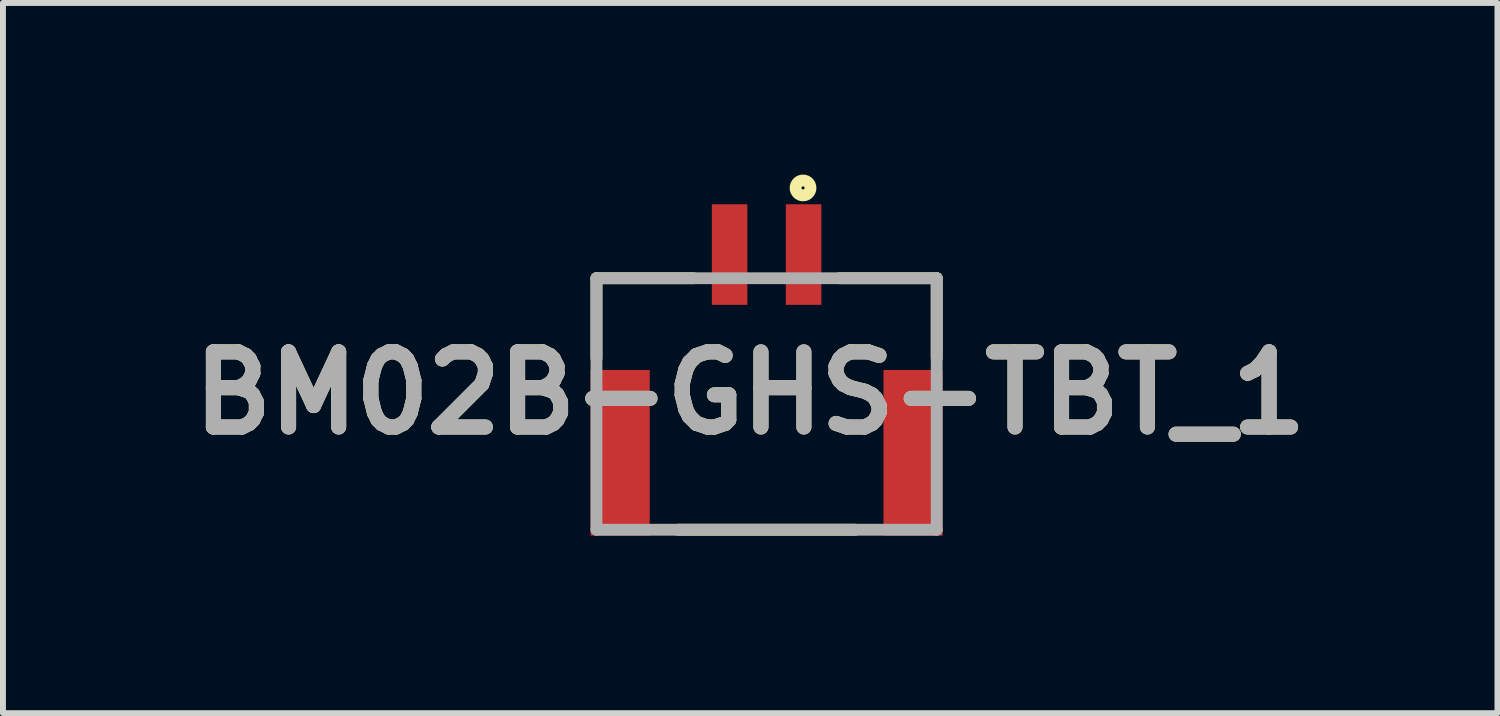
<source format=kicad_pcb>
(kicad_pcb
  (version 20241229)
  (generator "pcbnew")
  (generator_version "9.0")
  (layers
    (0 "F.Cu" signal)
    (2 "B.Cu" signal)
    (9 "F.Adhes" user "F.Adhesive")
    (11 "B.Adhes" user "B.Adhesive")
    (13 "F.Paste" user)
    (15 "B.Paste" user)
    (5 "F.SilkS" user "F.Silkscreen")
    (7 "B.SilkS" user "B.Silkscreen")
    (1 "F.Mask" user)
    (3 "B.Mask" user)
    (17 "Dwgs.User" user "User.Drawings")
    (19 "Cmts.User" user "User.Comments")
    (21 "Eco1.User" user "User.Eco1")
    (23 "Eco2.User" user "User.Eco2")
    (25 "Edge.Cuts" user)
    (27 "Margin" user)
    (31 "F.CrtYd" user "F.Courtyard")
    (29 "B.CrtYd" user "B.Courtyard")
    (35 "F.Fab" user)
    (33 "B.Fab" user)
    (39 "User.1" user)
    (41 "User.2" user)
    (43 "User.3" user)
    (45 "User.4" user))
  (footprint "BM02B-GHS-TBT_1"
    (layer "F.Cu")
    (at 9.905 1.252)
    (property "Reference" "BM02B-GHS-TBT_1" (at -0.277 2.34 0) (layer "F.SilkS") (effects (font (size 1.27 1.27) (thickness 0.254))))
    (attr smd)
    (fp_line (start -2.875 0.4) (end -2.875 1.75) (stroke (width 0.2) (type solid)) (layer "F.SilkS"))
    (fp_line (start -2.875 0.4) (end -1.236 0.4) (stroke (width 0.2) (type solid)) (layer "F.SilkS"))
    (fp_line (start -1.5 4.65) (end 1.5 4.65) (stroke (width 0.2) (type solid)) (layer "F.SilkS"))
    (fp_line (start 2.875 0.4) (end 1.236 0.4) (stroke (width 0.2) (type solid)) (layer "F.SilkS"))
    (fp_line (start 2.875 0.4) (end 2.875 1.75) (stroke (width 0.2) (type solid)) (layer "F.SilkS"))
    (fp_circle (center 0.616 -1.126) (end 0.616 -1.1) (stroke (width 0.2) (type solid)) (fill no) (layer "F.SilkS"))
    (fp_line (start -2.875 0.4) (end 2.875 0.4) (stroke (width 0.2) (type solid)) (layer "F.Fab"))
    (fp_line (start -2.875 4.65) (end -2.875 0.4) (stroke (width 0.2) (type solid)) (layer "F.Fab"))
    (fp_line (start 2.875 0.4) (end 2.875 4.65) (stroke (width 0.2) (type solid)) (layer "F.Fab"))
    (fp_line (start 2.875 4.65) (end -2.875 4.65) (stroke (width 0.2) (type solid)) (layer "F.Fab"))
    (fp_text user "${REFERENCE}" (at -0.277 2.34 0) (layer "F.Fab") (effects (font (size 1.27 1.27) (thickness 0.254))))
    (pad "1" smd rect (at 0.625 0) (size 0.6 1.7) (layers "F.Cu" "F.Mask" "F.Paste"))
    (pad "2" smd rect (at -0.625 0) (size 0.6 1.7) (layers "F.Cu" "F.Mask" "F.Paste"))
    (pad "3" smd rect (at -2.475 3.35) (size 1 2.8) (layers "F.Cu" "F.Mask" "F.Paste"))
    (pad "4" smd rect (at 2.475 3.35) (size 1 2.8) (layers "F.Cu" "F.Mask" "F.Paste")))
  (gr_rect
    (start -3 -3)
    (end 22.256 9.002)
    (stroke (width 0.1) (type default))
    (fill no)
    (layer "Edge.Cuts")))
</source>
